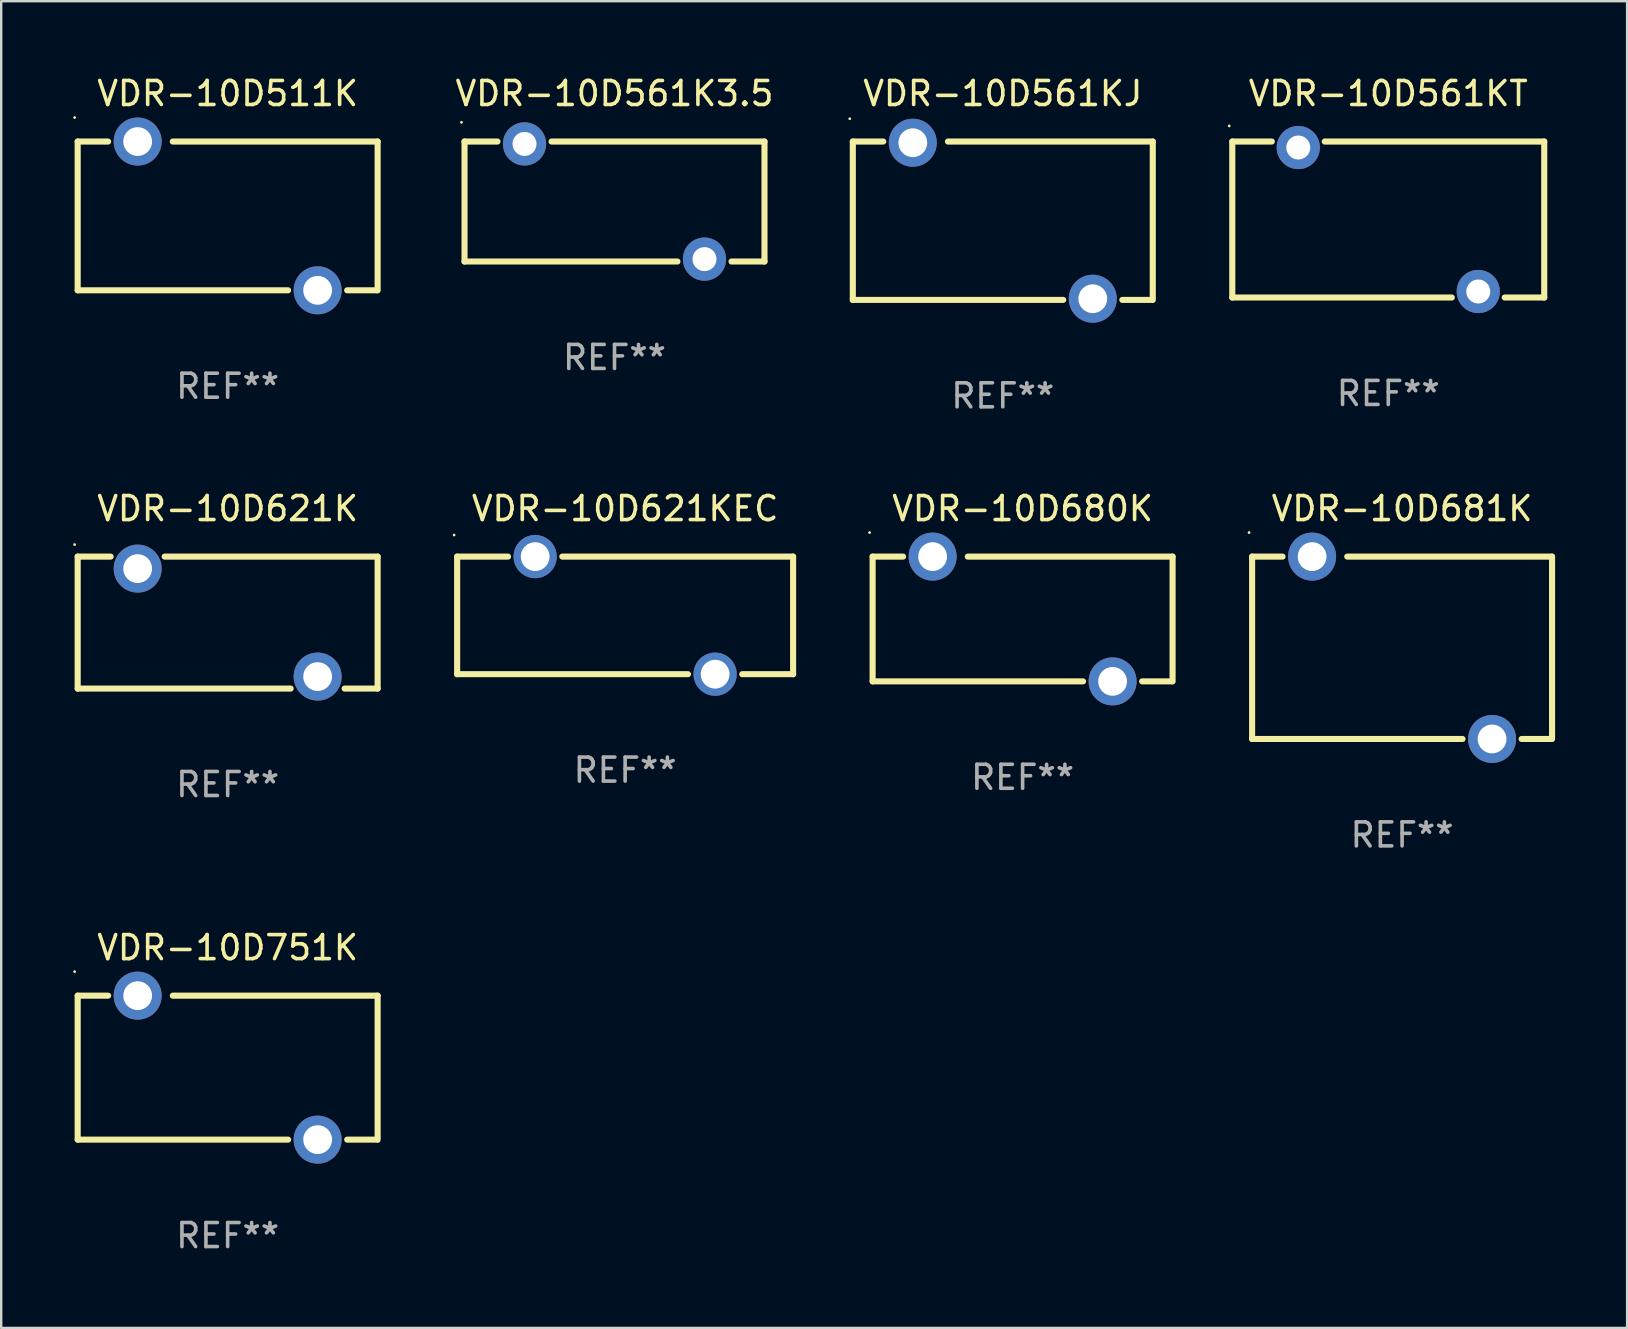
<source format=kicad_pcb>
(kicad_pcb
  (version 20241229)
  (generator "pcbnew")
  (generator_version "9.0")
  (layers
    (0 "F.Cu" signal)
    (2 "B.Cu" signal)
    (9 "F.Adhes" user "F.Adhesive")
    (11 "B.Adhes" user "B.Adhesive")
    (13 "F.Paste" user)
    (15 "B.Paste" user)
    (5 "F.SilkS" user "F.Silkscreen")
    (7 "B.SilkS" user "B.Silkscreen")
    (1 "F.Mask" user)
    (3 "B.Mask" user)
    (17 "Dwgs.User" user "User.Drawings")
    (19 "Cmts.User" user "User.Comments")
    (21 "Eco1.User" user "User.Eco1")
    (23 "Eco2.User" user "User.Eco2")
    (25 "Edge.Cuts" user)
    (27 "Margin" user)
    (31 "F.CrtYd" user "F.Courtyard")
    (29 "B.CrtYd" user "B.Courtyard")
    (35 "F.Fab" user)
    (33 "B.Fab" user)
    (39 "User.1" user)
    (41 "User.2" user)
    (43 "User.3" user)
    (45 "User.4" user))
  (footprint "VDR-10D561K3.5"
    (layer "F.Cu")
    (at 22.558 5.348)
    (property "Reference" "VDR-10D561K3.5" (at 0 -4.5 0) (layer "F.SilkS") (effects (font (size 1 1) (thickness 0.15))))
    (attr through_hole)
    (fp_line (start -6.25 -2.5) (end -4.877 -2.5) (stroke (width 0.254) (type solid)) (layer "F.SilkS"))
    (fp_line (start -6.25 2.5) (end -6.25 -2.5) (stroke (width 0.254) (type solid)) (layer "F.SilkS"))
    (fp_line (start -6.25 2.5) (end 2.623 2.5) (stroke (width 0.254) (type solid)) (layer "F.SilkS"))
    (fp_line (start -2.623 -2.5) (end 6.25 -2.5) (stroke (width 0.254) (type solid)) (layer "F.SilkS"))
    (fp_line (start 4.877 2.5) (end 6.25 2.5) (stroke (width 0.254) (type solid)) (layer "F.SilkS"))
    (fp_line (start 6.25 -2.5) (end 6.25 2.5) (stroke (width 0.254) (type solid)) (layer "F.SilkS"))
    (fp_circle (center -6.377 -3.3) (end -6.347 -3.3) (stroke (width 0.06) (type solid)) (fill no) (layer "F.SilkS"))
    (fp_text user "REF**" (at 0 6.5 0) (layer "F.Fab") (effects (font (size 1 1) (thickness 0.15))))
    (pad "1" thru_hole circle (at -3.75 -2.4) (size 1.8 1.8) (drill 1) (layers "*.Cu" "*.Mask"))
    (pad "2" thru_hole circle (at 3.75 2.4) (size 1.8 1.8) (drill 1) (layers "*.Cu" "*.Mask")))
  (footprint "VDR-10D511K"
    (layer "F.Cu")
    (at 6.437 5.948)
    (property "Reference" "VDR-10D511K" (at 0 -5.1 0) (layer "F.SilkS") (effects (font (size 1 1) (thickness 0.15))))
    (attr through_hole)
    (fp_line (start -6.25 -3.1) (end -6.25 3.1) (stroke (width 0.254) (type solid)) (layer "F.SilkS"))
    (fp_line (start -6.25 -3.1) (end -4.981 -3.1) (stroke (width 0.254) (type solid)) (layer "F.SilkS"))
    (fp_line (start -6.25 3.1) (end 2.519 3.1) (stroke (width 0.254) (type solid)) (layer "F.SilkS"))
    (fp_line (start 4.981 3.1) (end 6.223 3.1) (stroke (width 0.254) (type solid)) (layer "F.SilkS"))
    (fp_line (start 6.25 -3.1) (end -2.286 -3.1) (stroke (width 0.254) (type solid)) (layer "F.SilkS"))
    (fp_line (start 6.25 -3.1) (end 6.25 3.1) (stroke (width 0.254) (type solid)) (layer "F.SilkS"))
    (fp_circle (center -6.377 -4.1) (end -6.347 -4.1) (stroke (width 0.06) (type solid)) (fill no) (layer "F.SilkS"))
    (fp_text user "REF**" (at 0 7.1 0) (layer "F.Fab") (effects (font (size 1 1) (thickness 0.15))))
    (pad "1" thru_hole circle (at -3.75 -3.1) (size 2 2) (drill 1.2) (layers "*.Cu" "*.Mask"))
    (pad "2" thru_hole circle (at 3.75 3.1) (size 2 2) (drill 1.2) (layers "*.Cu" "*.Mask")))
  (footprint "VDR-10D681K"
    (layer "F.Cu")
    (at 55.379 23.945)
    (property "Reference" "VDR-10D681K" (at 0 -5.8 0) (layer "F.SilkS") (effects (font (size 1 1) (thickness 0.15))))
    (attr through_hole)
    (fp_line (start -6.25 -3.8) (end -6.25 3.8) (stroke (width 0.254) (type solid)) (layer "F.SilkS"))
    (fp_line (start -6.25 -3.8) (end -4.981 -3.8) (stroke (width 0.254) (type solid)) (layer "F.SilkS"))
    (fp_line (start -6.25 3.8) (end 2.519 3.8) (stroke (width 0.254) (type solid)) (layer "F.SilkS"))
    (fp_line (start 4.981 3.8) (end 6.223 3.8) (stroke (width 0.254) (type solid)) (layer "F.SilkS"))
    (fp_line (start 6.25 -3.8) (end -2.286 -3.8) (stroke (width 0.254) (type solid)) (layer "F.SilkS"))
    (fp_line (start 6.25 -3.8) (end 6.25 3.8) (stroke (width 0.254) (type solid)) (layer "F.SilkS"))
    (fp_circle (center -6.377 -4.8) (end -6.347 -4.8) (stroke (width 0.06) (type solid)) (fill no) (layer "F.SilkS"))
    (fp_text user "REF**" (at 0 7.8 0) (layer "F.Fab") (effects (font (size 1 1) (thickness 0.15))))
    (pad "1" thru_hole circle (at -3.75 -3.8) (size 2 2) (drill 1.2) (layers "*.Cu" "*.Mask"))
    (pad "2" thru_hole circle (at 3.75 3.8) (size 2 2) (drill 1.2) (layers "*.Cu" "*.Mask")))
  (footprint "VDR-10D621K"
    (layer "F.Cu")
    (at 6.437 22.895)
    (property "Reference" "VDR-10D621K" (at 0 -4.75 0) (layer "F.SilkS") (effects (font (size 1 1) (thickness 0.15))))
    (attr through_hole)
    (fp_line (start -6.25 -2.75) (end -4.875 -2.75) (stroke (width 0.254) (type solid)) (layer "F.SilkS"))
    (fp_line (start -6.25 2.75) (end -6.25 -2.75) (stroke (width 0.254) (type solid)) (layer "F.SilkS"))
    (fp_line (start -6.25 2.75) (end 2.625 2.75) (stroke (width 0.254) (type solid)) (layer "F.SilkS"))
    (fp_line (start -2.625 -2.75) (end 6.25 -2.75) (stroke (width 0.254) (type solid)) (layer "F.SilkS"))
    (fp_line (start 4.875 2.75) (end 6.25 2.75) (stroke (width 0.254) (type solid)) (layer "F.SilkS"))
    (fp_line (start 6.25 -2.75) (end 6.25 2.75) (stroke (width 0.254) (type solid)) (layer "F.SilkS"))
    (fp_circle (center -6.377 -3.25) (end -6.347 -3.25) (stroke (width 0.06) (type solid)) (fill no) (layer "F.SilkS"))
    (fp_text user "REF**" (at 0 6.75 0) (layer "F.Fab") (effects (font (size 1 1) (thickness 0.15))))
    (pad "1" thru_hole circle (at -3.75 -2.25) (size 2 2) (drill 1.2) (layers "*.Cu" "*.Mask"))
    (pad "2" thru_hole circle (at 3.75 2.25) (size 2 2) (drill 1.2) (layers "*.Cu" "*.Mask")))
  (footprint "VDR-10D751K"
    (layer "F.Cu")
    (at 6.437 41.442)
    (property "Reference" "VDR-10D751K" (at 0 -5 0) (layer "F.SilkS") (effects (font (size 1 1) (thickness 0.15))))
    (attr through_hole)
    (fp_line (start -6.25 -3) (end -6.25 3) (stroke (width 0.254) (type solid)) (layer "F.SilkS"))
    (fp_line (start -6.25 -3) (end -4.981 -3) (stroke (width 0.254) (type solid)) (layer "F.SilkS"))
    (fp_line (start -6.25 3) (end 2.519 3) (stroke (width 0.254) (type solid)) (layer "F.SilkS"))
    (fp_line (start 4.981 3) (end 6.223 3) (stroke (width 0.254) (type solid)) (layer "F.SilkS"))
    (fp_line (start 6.25 -3) (end -2.286 -3) (stroke (width 0.254) (type solid)) (layer "F.SilkS"))
    (fp_line (start 6.25 -3) (end 6.25 3) (stroke (width 0.254) (type solid)) (layer "F.SilkS"))
    (fp_circle (center -6.377 -4) (end -6.347 -4) (stroke (width 0.06) (type solid)) (fill no) (layer "F.SilkS"))
    (fp_text user "REF**" (at 0 7 0) (layer "F.Fab") (effects (font (size 1 1) (thickness 0.15))))
    (pad "1" thru_hole circle (at -3.75 -3) (size 2 2) (drill 1.2) (layers "*.Cu" "*.Mask"))
    (pad "2" thru_hole circle (at 3.75 3) (size 2 2) (drill 1.2) (layers "*.Cu" "*.Mask")))
  (footprint "VDR-10D680K"
    (layer "F.Cu")
    (at 39.565 22.745)
    (property "Reference" "VDR-10D680K" (at 0 -4.6 0) (layer "F.SilkS") (effects (font (size 1 1) (thickness 0.15))))
    (attr through_hole)
    (fp_line (start -6.25 -2.6) (end -6.25 2.6) (stroke (width 0.254) (type solid)) (layer "F.SilkS"))
    (fp_line (start -6.25 -2.6) (end -4.981 -2.6) (stroke (width 0.254) (type solid)) (layer "F.SilkS"))
    (fp_line (start -6.25 2.6) (end 2.519 2.6) (stroke (width 0.254) (type solid)) (layer "F.SilkS"))
    (fp_line (start 4.981 2.6) (end 6.223 2.6) (stroke (width 0.254) (type solid)) (layer "F.SilkS"))
    (fp_line (start 6.25 -2.6) (end -2.286 -2.6) (stroke (width 0.254) (type solid)) (layer "F.SilkS"))
    (fp_line (start 6.25 -2.6) (end 6.25 2.6) (stroke (width 0.254) (type solid)) (layer "F.SilkS"))
    (fp_circle (center -6.377 -3.6) (end -6.347 -3.6) (stroke (width 0.06) (type solid)) (fill no) (layer "F.SilkS"))
    (fp_text user "REF**" (at 0 6.6 0) (layer "F.Fab") (effects (font (size 1 1) (thickness 0.15))))
    (pad "1" thru_hole circle (at -3.75 -2.6) (size 2 2) (drill 1.2) (layers "*.Cu" "*.Mask"))
    (pad "2" thru_hole circle (at 3.75 2.6) (size 2 2) (drill 1.2) (layers "*.Cu" "*.Mask")))
  (footprint "VDR-10D561KT"
    (layer "F.Cu")
    (at 54.803 6.098)
    (property "Reference" "VDR-10D561KT" (at 0 -5.25 0) (layer "F.SilkS") (effects (font (size 1 1) (thickness 0.15))))
    (attr through_hole)
    (fp_line (start -6.5 -3.25) (end -4.853 -3.25) (stroke (width 0.254) (type solid)) (layer "F.SilkS"))
    (fp_line (start -6.5 3.25) (end -6.5 -3.25) (stroke (width 0.254) (type solid)) (layer "F.SilkS"))
    (fp_line (start -6.5 3.25) (end 2.647 3.25) (stroke (width 0.254) (type solid)) (layer "F.SilkS"))
    (fp_line (start -2.647 -3.25) (end 6.5 -3.25) (stroke (width 0.254) (type solid)) (layer "F.SilkS"))
    (fp_line (start 4.853 3.25) (end 6.5 3.25) (stroke (width 0.254) (type solid)) (layer "F.SilkS"))
    (fp_line (start 6.5 -3.25) (end 6.5 3.25) (stroke (width 0.254) (type solid)) (layer "F.SilkS"))
    (fp_circle (center -6.627 -3.9) (end -6.597 -3.9) (stroke (width 0.06) (type solid)) (fill no) (layer "F.SilkS"))
    (fp_text user "REF**" (at 0 7.25 0) (layer "F.Fab") (effects (font (size 1 1) (thickness 0.15))))
    (pad "1" thru_hole circle (at -3.75 -3) (size 1.8 1.8) (drill 1) (layers "*.Cu" "*.Mask"))
    (pad "2" thru_hole circle (at 3.75 3) (size 1.8 1.8) (drill 1) (layers "*.Cu" "*.Mask")))
  (footprint "VDR-10D561KJ"
    (layer "F.Cu")
    (at 38.739 6.148)
    (property "Reference" "VDR-10D561KJ" (at 0 -5.3 0) (layer "F.SilkS") (effects (font (size 1 1) (thickness 0.15))))
    (attr through_hole)
    (fp_line (start -6.25 -3.3) (end -6.25 3.3) (stroke (width 0.254) (type solid)) (layer "F.SilkS"))
    (fp_line (start -6.25 -3.3) (end -4.981 -3.3) (stroke (width 0.254) (type solid)) (layer "F.SilkS"))
    (fp_line (start -6.25 3.3) (end 2.519 3.3) (stroke (width 0.254) (type solid)) (layer "F.SilkS"))
    (fp_line (start 4.981 3.3) (end 6.223 3.3) (stroke (width 0.254) (type solid)) (layer "F.SilkS"))
    (fp_line (start 6.25 -3.3) (end -2.286 -3.3) (stroke (width 0.254) (type solid)) (layer "F.SilkS"))
    (fp_line (start 6.25 -3.3) (end 6.25 3.3) (stroke (width 0.254) (type solid)) (layer "F.SilkS"))
    (fp_circle (center -6.377 -4.25) (end -6.347 -4.25) (stroke (width 0.06) (type solid)) (fill no) (layer "F.SilkS"))
    (fp_text user "REF**" (at 0 7.3 0) (layer "F.Fab") (effects (font (size 1 1) (thickness 0.15))))
    (pad "1" thru_hole circle (at -3.75 -3.25) (size 2 2) (drill 1.2) (layers "*.Cu" "*.Mask"))
    (pad "2" thru_hole circle (at 3.75 3.25) (size 2 2) (drill 1.2) (layers "*.Cu" "*.Mask")))
  (footprint "VDR-10D621KEC"
    (layer "F.Cu")
    (at 23.001 22.595)
    (property "Reference" "VDR-10D621KEC" (at 0 -4.45 0) (layer "F.SilkS") (effects (font (size 1 1) (thickness 0.15))))
    (attr through_hole)
    (fp_line (start -7 -2.45) (end -4.881 -2.45) (stroke (width 0.254) (type solid)) (layer "F.SilkS"))
    (fp_line (start -7 2.45) (end -7 -2.45) (stroke (width 0.254) (type solid)) (layer "F.SilkS"))
    (fp_line (start -7 2.45) (end 2.619 2.45) (stroke (width 0.254) (type solid)) (layer "F.SilkS"))
    (fp_line (start -2.619 -2.45) (end 7 -2.45) (stroke (width 0.254) (type solid)) (layer "F.SilkS"))
    (fp_line (start 4.881 2.45) (end 7 2.45) (stroke (width 0.254) (type solid)) (layer "F.SilkS"))
    (fp_line (start 7 -2.45) (end 7 2.45) (stroke (width 0.254) (type solid)) (layer "F.SilkS"))
    (fp_circle (center -7.127 -3.35) (end -7.097 -3.35) (stroke (width 0.06) (type solid)) (fill no) (layer "F.SilkS"))
    (fp_text user "REF**" (at 0 6.45 0) (layer "F.Fab") (effects (font (size 1 1) (thickness 0.15))))
    (pad "1" thru_hole circle (at -3.75 -2.45) (size 1.8 1.8) (drill 1.2) (layers "*.Cu" "*.Mask"))
    (pad "2" thru_hole circle (at 3.75 2.45) (size 1.8 1.8) (drill 1.2) (layers "*.Cu" "*.Mask")))
  (gr_rect
    (start -3 -3)
    (end 64.756 52.29)
    (stroke (width 0.1) (type default))
    (fill no)
    (layer "Edge.Cuts")))
</source>
